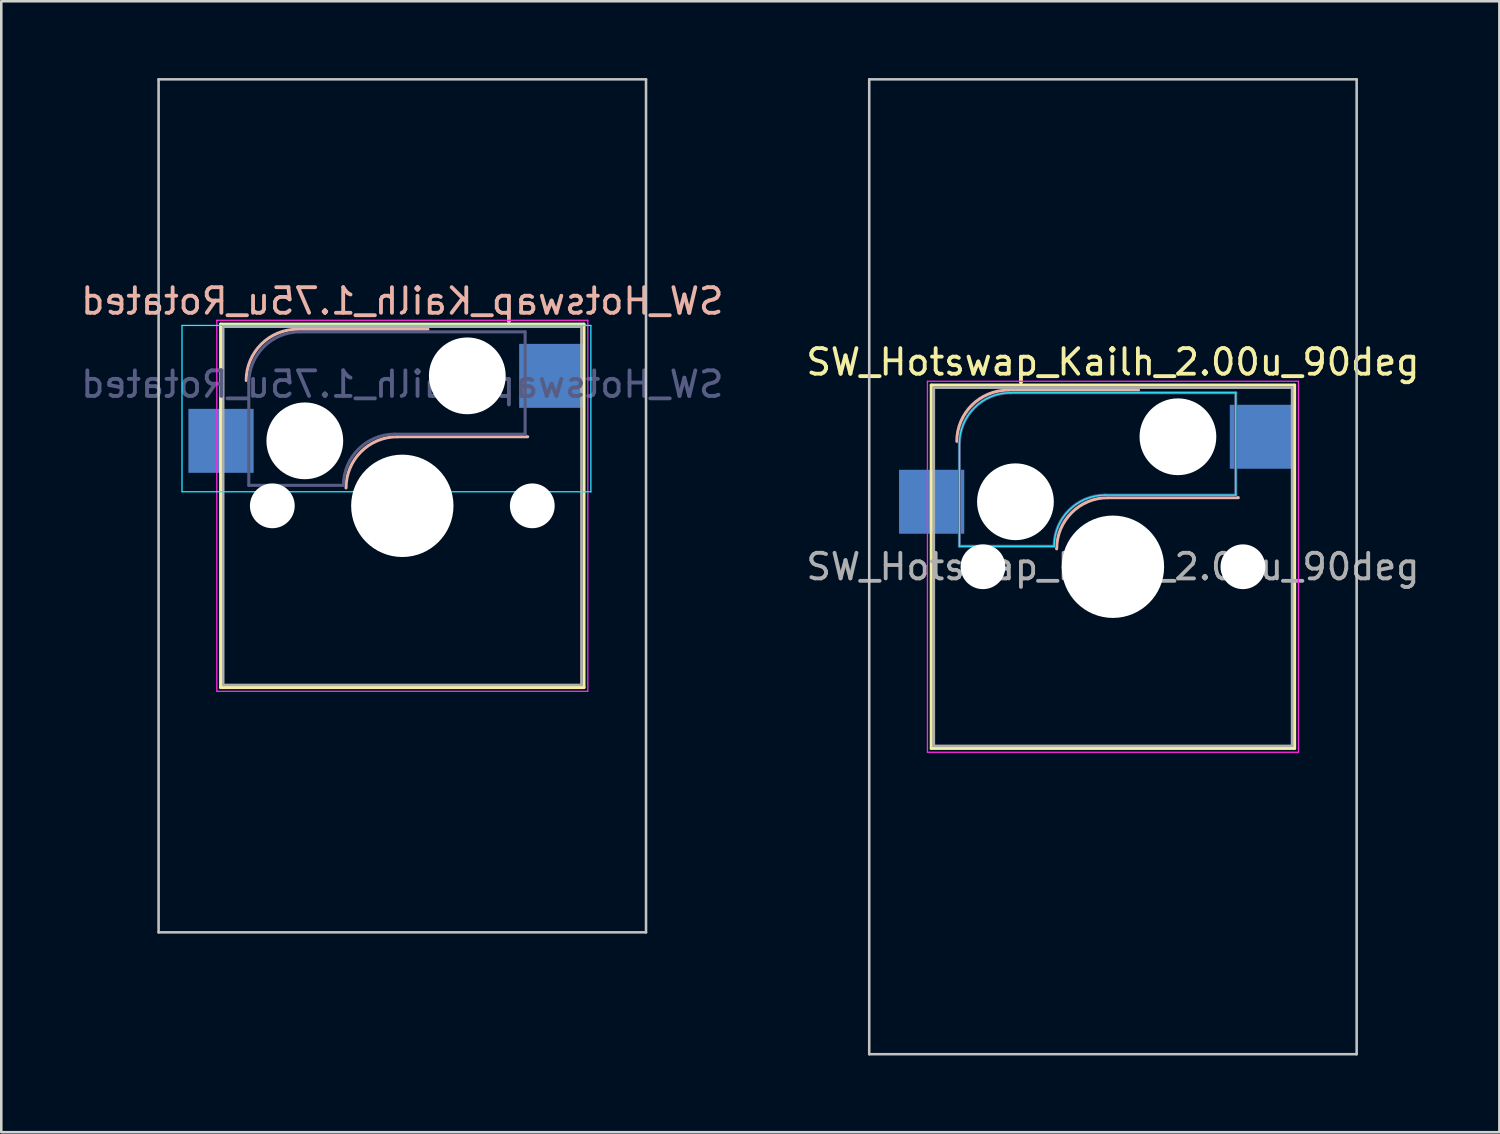
<source format=kicad_pcb>
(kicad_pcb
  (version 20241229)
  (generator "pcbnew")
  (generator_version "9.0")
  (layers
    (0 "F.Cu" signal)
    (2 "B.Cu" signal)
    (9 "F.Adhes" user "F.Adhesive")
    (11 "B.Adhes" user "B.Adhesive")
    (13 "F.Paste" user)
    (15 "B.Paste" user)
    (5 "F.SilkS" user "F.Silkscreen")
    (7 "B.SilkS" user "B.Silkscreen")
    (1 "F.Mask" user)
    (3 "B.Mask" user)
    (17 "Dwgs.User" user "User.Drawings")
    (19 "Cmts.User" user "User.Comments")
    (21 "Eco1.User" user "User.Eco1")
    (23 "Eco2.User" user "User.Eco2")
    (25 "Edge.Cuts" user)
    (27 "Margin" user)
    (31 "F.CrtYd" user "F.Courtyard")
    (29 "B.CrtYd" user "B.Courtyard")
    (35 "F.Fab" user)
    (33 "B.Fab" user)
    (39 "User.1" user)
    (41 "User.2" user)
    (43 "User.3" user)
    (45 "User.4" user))
  (footprint "SW_Hotswap_Kailh_1.75u_Rotated"
    (layer "F.Cu")
    (at 12.673 16.719)
    (property "Reference" "SW_Hotswap_Kailh_1.75u_Rotated" (at 0 -8 0) (layer "B.SilkS") (effects (font (size 1 1) (thickness 0.15)) (justify mirror)))
    (attr smd)
    (fp_line (start -7.1 -7.1) (end -7.1 7.1) (stroke (width 0.12) (type solid)) (layer "F.SilkS"))
    (fp_line (start -7.1 7.1) (end 7.1 7.1) (stroke (width 0.12) (type solid)) (layer "F.SilkS"))
    (fp_line (start 7.1 -7.1) (end -7.1 -7.1) (stroke (width 0.12) (type solid)) (layer "F.SilkS"))
    (fp_line (start 7.1 7.1) (end 7.1 -7.1) (stroke (width 0.12) (type solid)) (layer "F.SilkS"))
    (fp_line (start -4.1 -6.9) (end 1 -6.9) (stroke (width 0.12) (type solid)) (layer "B.SilkS"))
    (fp_line (start -0.2 -2.7) (end 4.9 -2.7) (stroke (width 0.12) (type solid)) (layer "B.SilkS"))
    (fp_arc (start -6.1 -4.9) (mid -5.514214 -6.314214) (end -4.1 -6.9) (stroke (width 0.12) (type solid)) (layer "B.SilkS"))
    (fp_arc (start -2.2 -0.7) (mid -1.614214 -2.114214) (end -0.2 -2.7) (stroke (width 0.12) (type solid)) (layer "B.SilkS"))
    (fp_line (start -9.525 -16.669) (end -9.525 16.669) (stroke (width 0.1) (type solid)) (layer "Dwgs.User"))
    (fp_line (start -9.525 16.669) (end 9.525 16.669) (stroke (width 0.1) (type solid)) (layer "Dwgs.User"))
    (fp_line (start 9.525 -16.669) (end -9.525 -16.669) (stroke (width 0.1) (type solid)) (layer "Dwgs.User"))
    (fp_line (start 9.525 16.669) (end 9.525 -16.669) (stroke (width 0.1) (type solid)) (layer "Dwgs.User"))
    (fp_line (start -8.61 -7.05) (end -8.61 -0.55) (stroke (width 0.05) (type solid)) (layer "B.CrtYd"))
    (fp_line (start -8.61 -0.55) (end 7.37 -0.55) (stroke (width 0.05) (type solid)) (layer "B.CrtYd"))
    (fp_line (start 7.37 -7.05) (end -8.61 -7.05) (stroke (width 0.05) (type solid)) (layer "B.CrtYd"))
    (fp_line (start 7.37 -0.55) (end 7.37 -7.05) (stroke (width 0.05) (type solid)) (layer "B.CrtYd"))
    (fp_line (start -7.25 -7.25) (end -7.25 7.25) (stroke (width 0.05) (type solid)) (layer "F.CrtYd"))
    (fp_line (start -7.25 7.25) (end 7.25 7.25) (stroke (width 0.05) (type solid)) (layer "F.CrtYd"))
    (fp_line (start 7.25 -7.25) (end -7.25 -7.25) (stroke (width 0.05) (type solid)) (layer "F.CrtYd"))
    (fp_line (start 7.25 7.25) (end 7.25 -7.25) (stroke (width 0.05) (type solid)) (layer "F.CrtYd"))
    (fp_line (start -6 -0.8) (end -6 -4.8) (stroke (width 0.12) (type solid)) (layer "B.Fab"))
    (fp_line (start -6 -0.8) (end -2.3 -0.8) (stroke (width 0.12) (type solid)) (layer "B.Fab"))
    (fp_line (start -4 -6.8) (end 4.8 -6.8) (stroke (width 0.12) (type solid)) (layer "B.Fab"))
    (fp_line (start -0.3 -2.8) (end 4.8 -2.8) (stroke (width 0.12) (type solid)) (layer "B.Fab"))
    (fp_line (start 4.8 -6.8) (end 4.8 -2.8) (stroke (width 0.12) (type solid)) (layer "B.Fab"))
    (fp_arc (start -6 -4.8) (mid -5.414214 -6.214214) (end -4 -6.8) (stroke (width 0.12) (type solid)) (layer "B.Fab"))
    (fp_arc (start -2.3 -0.8) (mid -1.714214 -2.214214) (end -0.3 -2.8) (stroke (width 0.12) (type solid)) (layer "B.Fab"))
    (fp_line (start -7 -7) (end -7 7) (stroke (width 0.1) (type solid)) (layer "F.Fab"))
    (fp_line (start -7 7) (end 7 7) (stroke (width 0.1) (type solid)) (layer "F.Fab"))
    (fp_line (start 7 -7) (end -7 -7) (stroke (width 0.1) (type solid)) (layer "F.Fab"))
    (fp_line (start 7 7) (end 7 -7) (stroke (width 0.1) (type solid)) (layer "F.Fab"))
    (fp_text user "${REFERENCE}" (at 0 -4.75 0) (layer "B.Fab") (effects (font (size 1 1) (thickness 0.15)) (justify mirror)))
    (pad "" np_thru_hole circle (at -5.08 0) (size 1.75 1.75) (drill 1.75) (layers "*.Cu" "*.Mask"))
    (pad "" np_thru_hole circle (at -3.81 -2.54) (size 3 3) (drill 3) (layers "*.Cu" "*.Mask"))
    (pad "" np_thru_hole circle (at 0 0) (size 4 4) (drill 4) (layers "*.Cu" "*.Mask"))
    (pad "" np_thru_hole circle (at 2.54 -5.08) (size 3 3) (drill 3) (layers "*.Cu" "*.Mask"))
    (pad "" np_thru_hole circle (at 5.08 0) (size 1.75 1.75) (drill 1.75) (layers "*.Cu" "*.Mask"))
    (pad "1" smd rect (at -7.085 -2.54) (size 2.55 2.5) (layers "B.Cu" "B.Mask" "B.Paste"))
    (pad "2" smd rect (at 5.842 -5.08) (size 2.55 2.5) (layers "B.Cu" "B.Mask" "B.Paste")))
  (footprint "SW_Hotswap_Kailh_2.00u_90deg"
    (layer "F.Cu")
    (at 40.446 19.1)
    (property "Reference" "SW_Hotswap_Kailh_2.00u_90deg" (at 0 -8 0) (layer "F.SilkS") (effects (font (size 1 1) (thickness 0.15))))
    (attr smd)
    (fp_line (start -7.1 -7.1) (end -7.1 7.1) (stroke (width 0.12) (type solid)) (layer "F.SilkS"))
    (fp_line (start -7.1 7.1) (end 7.1 7.1) (stroke (width 0.12) (type solid)) (layer "F.SilkS"))
    (fp_line (start 7.1 -7.1) (end -7.1 -7.1) (stroke (width 0.12) (type solid)) (layer "F.SilkS"))
    (fp_line (start 7.1 7.1) (end 7.1 -7.1) (stroke (width 0.12) (type solid)) (layer "F.SilkS"))
    (fp_line (start -4.1 -6.9) (end 1 -6.9) (stroke (width 0.12) (type solid)) (layer "B.SilkS"))
    (fp_line (start -0.2 -2.7) (end 4.9 -2.7) (stroke (width 0.12) (type solid)) (layer "B.SilkS"))
    (fp_arc (start -6.1 -4.9) (mid -5.514214 -6.314214) (end -4.1 -6.9) (stroke (width 0.12) (type solid)) (layer "B.SilkS"))
    (fp_arc (start -2.2 -0.7) (mid -1.614214 -2.114214) (end -0.2 -2.7) (stroke (width 0.12) (type solid)) (layer "B.SilkS"))
    (fp_line (start -9.525 -19.05) (end 9.525 -19.05) (stroke (width 0.1) (type solid)) (layer "Dwgs.User"))
    (fp_line (start -9.525 19.05) (end -9.525 -19.05) (stroke (width 0.1) (type solid)) (layer "Dwgs.User"))
    (fp_line (start 9.525 -19.05) (end 9.525 19.05) (stroke (width 0.1) (type solid)) (layer "Dwgs.User"))
    (fp_line (start 9.525 19.05) (end -9.525 19.05) (stroke (width 0.1) (type solid)) (layer "Dwgs.User"))
    (fp_line (start -7.8 -6) (end -7 -6) (stroke (width 0.1) (type solid)) (layer "Eco1.User"))
    (fp_line (start -7.8 -2.9) (end -7.8 -6) (stroke (width 0.1) (type solid)) (layer "Eco1.User"))
    (fp_line (start -7.8 2.9) (end -7 2.9) (stroke (width 0.1) (type solid)) (layer "Eco1.User"))
    (fp_line (start -7.8 6) (end -7.8 2.9) (stroke (width 0.1) (type solid)) (layer "Eco1.User"))
    (fp_line (start -7 -7) (end 7 -7) (stroke (width 0.1) (type solid)) (layer "Eco1.User"))
    (fp_line (start -7 -6) (end -7 -7) (stroke (width 0.1) (type solid)) (layer "Eco1.User"))
    (fp_line (start -7 -2.9) (end -7.8 -2.9) (stroke (width 0.1) (type solid)) (layer "Eco1.User"))
    (fp_line (start -7 2.9) (end -7 -2.9) (stroke (width 0.1) (type solid)) (layer "Eco1.User"))
    (fp_line (start -7 6) (end -7.8 6) (stroke (width 0.1) (type solid)) (layer "Eco1.User"))
    (fp_line (start -7 7) (end -7 6) (stroke (width 0.1) (type solid)) (layer "Eco1.User"))
    (fp_line (start 7 -7) (end 7 -6) (stroke (width 0.1) (type solid)) (layer "Eco1.User"))
    (fp_line (start 7 -6) (end 7.8 -6) (stroke (width 0.1) (type solid)) (layer "Eco1.User"))
    (fp_line (start 7 -2.9) (end 7 2.9) (stroke (width 0.1) (type solid)) (layer "Eco1.User"))
    (fp_line (start 7 2.9) (end 7.8 2.9) (stroke (width 0.1) (type solid)) (layer "Eco1.User"))
    (fp_line (start 7 6) (end 7 7) (stroke (width 0.1) (type solid)) (layer "Eco1.User"))
    (fp_line (start 7 7) (end -7 7) (stroke (width 0.1) (type solid)) (layer "Eco1.User"))
    (fp_line (start 7.8 -6) (end 7.8 -2.9) (stroke (width 0.1) (type solid)) (layer "Eco1.User"))
    (fp_line (start 7.8 -2.9) (end 7 -2.9) (stroke (width 0.1) (type solid)) (layer "Eco1.User"))
    (fp_line (start 7.8 2.9) (end 7.8 6) (stroke (width 0.1) (type solid)) (layer "Eco1.User"))
    (fp_line (start 7.8 6) (end 7 6) (stroke (width 0.1) (type solid)) (layer "Eco1.User"))
    (fp_line (start -6 -0.8) (end -6 -4.8) (stroke (width 0.05) (type solid)) (layer "B.CrtYd"))
    (fp_line (start -6 -0.8) (end -2.3 -0.8) (stroke (width 0.05) (type solid)) (layer "B.CrtYd"))
    (fp_line (start -4 -6.8) (end 4.8 -6.8) (stroke (width 0.05) (type solid)) (layer "B.CrtYd"))
    (fp_line (start -0.3 -2.8) (end 4.8 -2.8) (stroke (width 0.05) (type solid)) (layer "B.CrtYd"))
    (fp_line (start 4.8 -6.8) (end 4.8 -2.8) (stroke (width 0.05) (type solid)) (layer "B.CrtYd"))
    (fp_arc (start -6 -4.8) (mid -5.414214 -6.214214) (end -4 -6.8) (stroke (width 0.05) (type solid)) (layer "B.CrtYd"))
    (fp_arc (start -2.3 -0.8) (mid -1.714214 -2.214214) (end -0.3 -2.8) (stroke (width 0.05) (type solid)) (layer "B.CrtYd"))
    (fp_line (start -7.25 -7.25) (end -7.25 7.25) (stroke (width 0.05) (type solid)) (layer "F.CrtYd"))
    (fp_line (start -7.25 7.25) (end 7.25 7.25) (stroke (width 0.05) (type solid)) (layer "F.CrtYd"))
    (fp_line (start 7.25 -7.25) (end -7.25 -7.25) (stroke (width 0.05) (type solid)) (layer "F.CrtYd"))
    (fp_line (start 7.25 7.25) (end 7.25 -7.25) (stroke (width 0.05) (type solid)) (layer "F.CrtYd"))
    (fp_line (start -6 -0.8) (end -6 -4.8) (stroke (width 0.12) (type solid)) (layer "B.Fab"))
    (fp_line (start -6 -0.8) (end -2.3 -0.8) (stroke (width 0.12) (type solid)) (layer "B.Fab"))
    (fp_line (start -4 -6.8) (end 4.8 -6.8) (stroke (width 0.12) (type solid)) (layer "B.Fab"))
    (fp_line (start -0.3 -2.8) (end 4.8 -2.8) (stroke (width 0.12) (type solid)) (layer "B.Fab"))
    (fp_line (start 4.8 -6.8) (end 4.8 -2.8) (stroke (width 0.12) (type solid)) (layer "B.Fab"))
    (fp_arc (start -6 -4.8) (mid -5.414214 -6.214214) (end -4 -6.8) (stroke (width 0.12) (type solid)) (layer "B.Fab"))
    (fp_arc (start -2.3 -0.8) (mid -1.714214 -2.214214) (end -0.3 -2.8) (stroke (width 0.12) (type solid)) (layer "B.Fab"))
    (fp_line (start -7 -7) (end -7 7) (stroke (width 0.1) (type solid)) (layer "F.Fab"))
    (fp_line (start -7 7) (end 7 7) (stroke (width 0.1) (type solid)) (layer "F.Fab"))
    (fp_line (start 7 -7) (end -7 -7) (stroke (width 0.1) (type solid)) (layer "F.Fab"))
    (fp_line (start 7 7) (end 7 -7) (stroke (width 0.1) (type solid)) (layer "F.Fab"))
    (fp_text user "${REFERENCE}" (at 0 0 0) (layer "F.Fab") (effects (font (size 1 1) (thickness 0.15))))
    (pad "" np_thru_hole circle (at -5.08 0) (size 1.75 1.75) (drill 1.75) (layers "*.Cu" "*.Mask"))
    (pad "" np_thru_hole circle (at -3.81 -2.54) (size 3 3) (drill 3) (layers "*.Cu" "*.Mask"))
    (pad "" np_thru_hole circle (at 0 0) (size 4 4) (drill 4) (layers "*.Cu" "*.Mask"))
    (pad "" np_thru_hole circle (at 2.54 -5.08) (size 3 3) (drill 3) (layers "*.Cu" "*.Mask"))
    (pad "" np_thru_hole circle (at 5.08 0) (size 1.75 1.75) (drill 1.75) (layers "*.Cu" "*.Mask"))
    (pad "1" smd rect (at -7.085 -2.54) (size 2.55 2.5) (layers "B.Cu" "B.Mask" "B.Paste"))
    (pad "2" smd rect (at 5.842 -5.08) (size 2.55 2.5) (layers "B.Cu" "B.Mask" "B.Paste")))
  (gr_rect
    (start -3 -3)
    (end 55.548 41.2)
    (stroke (width 0.1) (type default))
    (fill no)
    (layer "Edge.Cuts")))
</source>
